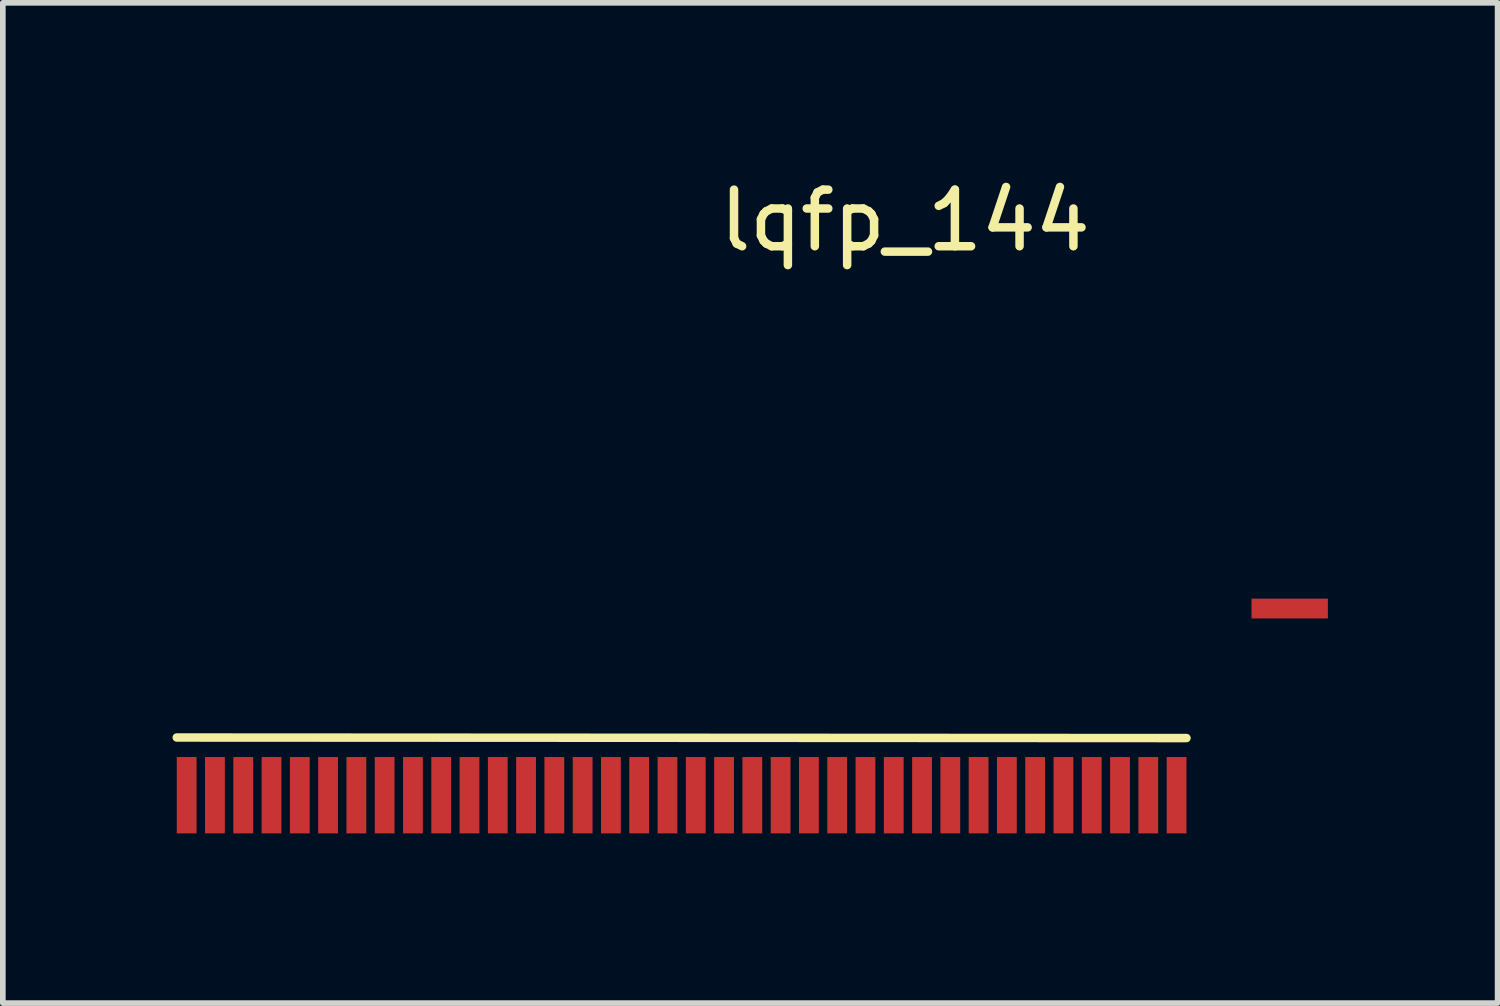
<source format=kicad_pcb>
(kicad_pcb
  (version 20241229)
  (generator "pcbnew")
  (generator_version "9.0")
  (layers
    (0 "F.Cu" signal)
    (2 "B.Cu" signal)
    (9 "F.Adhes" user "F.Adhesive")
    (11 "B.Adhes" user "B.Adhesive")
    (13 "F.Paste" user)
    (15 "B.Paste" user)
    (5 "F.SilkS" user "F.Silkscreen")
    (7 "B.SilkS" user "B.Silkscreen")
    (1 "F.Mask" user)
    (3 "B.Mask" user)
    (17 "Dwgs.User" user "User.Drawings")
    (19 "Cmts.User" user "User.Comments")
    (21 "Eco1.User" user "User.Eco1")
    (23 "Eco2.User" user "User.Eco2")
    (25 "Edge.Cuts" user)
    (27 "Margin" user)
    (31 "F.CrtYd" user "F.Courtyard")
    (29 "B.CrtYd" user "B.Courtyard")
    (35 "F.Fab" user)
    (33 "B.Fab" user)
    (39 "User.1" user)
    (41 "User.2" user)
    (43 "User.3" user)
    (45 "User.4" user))
  (footprint "lqfp_144"
    (layer "F.Cu")
    (at 0.25 11.008)
    (property "Reference" "lqfp_144" (at 12.7 -10.16 0) (layer "F.SilkS") (effects (font (size 1 1) (thickness 0.15))))
    (attr through_hole)
    (fp_line (start -0.175 -1.02) (end 17.675 -1.01) (stroke (width 0.15) (type solid)) (layer "F.SilkS"))
    (pad "1" smd rect (at 0 0) (size 0.35 1.35) (layers "F.Cu" "F.Mask" "F.Paste"))
    (pad "2" smd rect (at 0.5 0) (size 0.35 1.35) (layers "F.Cu" "F.Mask" "F.Paste"))
    (pad "3" smd rect (at 1 0) (size 0.35 1.35) (layers "F.Cu" "F.Mask" "F.Paste"))
    (pad "4" smd rect (at 1.5 0) (size 0.35 1.35) (layers "F.Cu" "F.Mask" "F.Paste"))
    (pad "5" smd rect (at 2 0) (size 0.35 1.35) (layers "F.Cu" "F.Mask" "F.Paste"))
    (pad "6" smd rect (at 2.5 0) (size 0.35 1.35) (layers "F.Cu" "F.Mask" "F.Paste"))
    (pad "7" smd rect (at 3 0) (size 0.35 1.35) (layers "F.Cu" "F.Mask" "F.Paste"))
    (pad "8" smd rect (at 3.5 0) (size 0.35 1.35) (layers "F.Cu" "F.Mask" "F.Paste"))
    (pad "9" smd rect (at 4 0) (size 0.35 1.35) (layers "F.Cu" "F.Mask" "F.Paste"))
    (pad "10" smd rect (at 4.5 0) (size 0.35 1.35) (layers "F.Cu" "F.Mask" "F.Paste"))
    (pad "11" smd rect (at 5 0) (size 0.35 1.35) (layers "F.Cu" "F.Mask" "F.Paste"))
    (pad "12" smd rect (at 5.5 0) (size 0.35 1.35) (layers "F.Cu" "F.Mask" "F.Paste"))
    (pad "13" smd rect (at 6 0) (size 0.35 1.35) (layers "F.Cu" "F.Mask" "F.Paste"))
    (pad "14" smd rect (at 6.5 0) (size 0.35 1.35) (layers "F.Cu" "F.Mask" "F.Paste"))
    (pad "15" smd rect (at 7 0) (size 0.35 1.35) (layers "F.Cu" "F.Mask" "F.Paste"))
    (pad "16" smd rect (at 7.5 0) (size 0.35 1.35) (layers "F.Cu" "F.Mask" "F.Paste"))
    (pad "17" smd rect (at 8 0) (size 0.35 1.35) (layers "F.Cu" "F.Mask" "F.Paste"))
    (pad "18" smd rect (at 8.5 0) (size 0.35 1.35) (layers "F.Cu" "F.Mask" "F.Paste"))
    (pad "19" smd rect (at 9 0) (size 0.35 1.35) (layers "F.Cu" "F.Mask" "F.Paste"))
    (pad "20" smd rect (at 9.5 0) (size 0.35 1.35) (layers "F.Cu" "F.Mask" "F.Paste"))
    (pad "21" smd rect (at 10 0) (size 0.35 1.35) (layers "F.Cu" "F.Mask" "F.Paste"))
    (pad "22" smd rect (at 10.5 0) (size 0.35 1.35) (layers "F.Cu" "F.Mask" "F.Paste"))
    (pad "23" smd rect (at 11 0) (size 0.35 1.35) (layers "F.Cu" "F.Mask" "F.Paste"))
    (pad "24" smd rect (at 11.5 0) (size 0.35 1.35) (layers "F.Cu" "F.Mask" "F.Paste"))
    (pad "25" smd rect (at 12 0) (size 0.35 1.35) (layers "F.Cu" "F.Mask" "F.Paste"))
    (pad "26" smd rect (at 12.5 0) (size 0.35 1.35) (layers "F.Cu" "F.Mask" "F.Paste"))
    (pad "27" smd rect (at 13 0) (size 0.35 1.35) (layers "F.Cu" "F.Mask" "F.Paste"))
    (pad "28" smd rect (at 13.5 0) (size 0.35 1.35) (layers "F.Cu" "F.Mask" "F.Paste"))
    (pad "29" smd rect (at 14 0) (size 0.35 1.35) (layers "F.Cu" "F.Mask" "F.Paste"))
    (pad "30" smd rect (at 14.5 0) (size 0.35 1.35) (layers "F.Cu" "F.Mask" "F.Paste"))
    (pad "31" smd rect (at 15 0) (size 0.35 1.35) (layers "F.Cu" "F.Mask" "F.Paste"))
    (pad "32" smd rect (at 15.5 0) (size 0.35 1.35) (layers "F.Cu" "F.Mask" "F.Paste"))
    (pad "33" smd rect (at 16 0) (size 0.35 1.35) (layers "F.Cu" "F.Mask" "F.Paste"))
    (pad "34" smd rect (at 16.5 0) (size 0.35 1.35) (layers "F.Cu" "F.Mask" "F.Paste"))
    (pad "35" smd rect (at 17 0) (size 0.35 1.35) (layers "F.Cu" "F.Mask" "F.Paste"))
    (pad "36" smd rect (at 17.5 0) (size 0.35 1.35) (layers "F.Cu" "F.Mask" "F.Paste"))
    (pad "37" smd rect (at 19.5 -3.3 270) (size 0.35 1.35) (layers "F.Cu" "F.Mask" "F.Paste")))
  (gr_rect
    (start -3 -3)
    (end 23.425 14.683)
    (stroke (width 0.1) (type default))
    (fill no)
    (layer "Edge.Cuts")))
</source>
